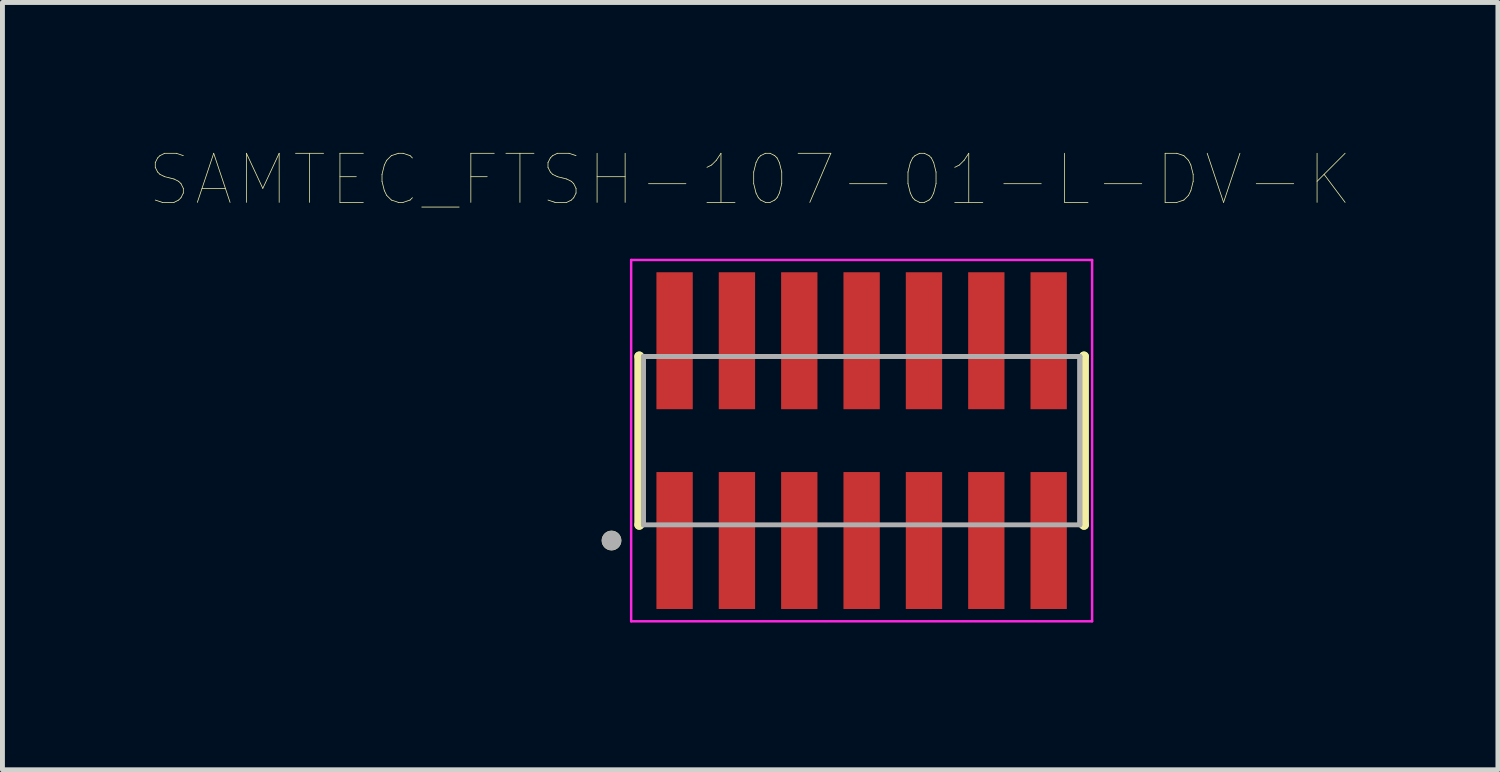
<source format=kicad_pcb>
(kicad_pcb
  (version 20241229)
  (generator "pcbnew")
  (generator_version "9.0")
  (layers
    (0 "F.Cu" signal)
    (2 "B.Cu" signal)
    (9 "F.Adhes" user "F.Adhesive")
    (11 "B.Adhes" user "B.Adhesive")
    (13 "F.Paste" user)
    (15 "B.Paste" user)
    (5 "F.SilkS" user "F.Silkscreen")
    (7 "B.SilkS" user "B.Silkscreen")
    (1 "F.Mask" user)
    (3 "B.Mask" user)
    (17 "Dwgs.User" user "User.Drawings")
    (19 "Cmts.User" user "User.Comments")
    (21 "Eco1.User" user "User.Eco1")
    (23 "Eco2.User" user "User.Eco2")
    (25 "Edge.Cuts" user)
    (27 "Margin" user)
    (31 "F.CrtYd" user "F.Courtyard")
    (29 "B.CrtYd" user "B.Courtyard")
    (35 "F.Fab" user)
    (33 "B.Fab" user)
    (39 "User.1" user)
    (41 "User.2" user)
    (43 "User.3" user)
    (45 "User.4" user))
  (footprint "SAMTEC_FTSH-107-01-L-DV-K"
    (layer "F.Cu")
    (at 14.502 5.926)
    (property "Reference" "SAMTEC_FTSH-107-01-L-DV-K" (at -2.27 -5.315 0) (layer "F.SilkS") (effects (font (size 1 1) (thickness 0.015))))
    (attr through_hole)
    (fp_line (start -4.53 -1.715) (end -4.53 -1.715) (stroke (width 0.2) (type solid)) (layer "F.SilkS"))
    (fp_line (start -4.53 1.715) (end -4.53 -1.715) (stroke (width 0.2) (type solid)) (layer "F.SilkS"))
    (fp_line (start -4.53 1.715) (end -4.53 1.715) (stroke (width 0.2) (type solid)) (layer "F.SilkS"))
    (fp_line (start 4.53 -1.715) (end 4.53 -1.715) (stroke (width 0.2) (type solid)) (layer "F.SilkS"))
    (fp_line (start 4.53 -1.715) (end 4.53 1.715) (stroke (width 0.2) (type solid)) (layer "F.SilkS"))
    (fp_line (start 4.53 1.715) (end 4.53 1.715) (stroke (width 0.2) (type solid)) (layer "F.SilkS"))
    (fp_circle (center -5.095 2.035) (end -4.995 2.035) (stroke (width 0.2) (type solid)) (fill no) (layer "F.SilkS"))
    (fp_line (start -4.695 -3.68) (end 4.695 -3.68) (stroke (width 0.05) (type solid)) (layer "F.CrtYd"))
    (fp_line (start -4.695 3.68) (end -4.695 -3.68) (stroke (width 0.05) (type solid)) (layer "F.CrtYd"))
    (fp_line (start 4.695 -3.68) (end 4.695 3.68) (stroke (width 0.05) (type solid)) (layer "F.CrtYd"))
    (fp_line (start 4.695 3.68) (end -4.695 3.68) (stroke (width 0.05) (type solid)) (layer "F.CrtYd"))
    (fp_line (start -4.445 -1.715) (end 4.445 -1.715) (stroke (width 0.1) (type solid)) (layer "F.Fab"))
    (fp_line (start -4.445 -1.715) (end 4.445 -1.715) (stroke (width 0.1) (type solid)) (layer "F.Fab"))
    (fp_line (start -4.445 1.715) (end -4.445 -1.715) (stroke (width 0.1) (type solid)) (layer "F.Fab"))
    (fp_line (start -4.445 1.715) (end -4.445 -1.715) (stroke (width 0.1) (type solid)) (layer "F.Fab"))
    (fp_line (start 4.445 -1.715) (end 4.445 1.715) (stroke (width 0.1) (type solid)) (layer "F.Fab"))
    (fp_line (start 4.445 -1.715) (end 4.445 1.715) (stroke (width 0.1) (type solid)) (layer "F.Fab"))
    (fp_line (start 4.445 1.715) (end -4.445 1.715) (stroke (width 0.1) (type solid)) (layer "F.Fab"))
    (fp_circle (center -5.095 2.035) (end -4.995 2.035) (stroke (width 0.2) (type solid)) (fill no) (layer "F.Fab"))
    (pad "01" smd rect (at -3.81 2.035) (size 0.74 2.79) (layers "F.Cu" "F.Mask" "F.Paste"))
    (pad "02" smd rect (at -3.81 -2.035) (size 0.74 2.79) (layers "F.Cu" "F.Mask" "F.Paste"))
    (pad "03" smd rect (at -2.54 2.035) (size 0.74 2.79) (layers "F.Cu" "F.Mask" "F.Paste"))
    (pad "04" smd rect (at -2.54 -2.035) (size 0.74 2.79) (layers "F.Cu" "F.Mask" "F.Paste"))
    (pad "05" smd rect (at -1.27 2.035) (size 0.74 2.79) (layers "F.Cu" "F.Mask" "F.Paste"))
    (pad "06" smd rect (at -1.27 -2.035) (size 0.74 2.79) (layers "F.Cu" "F.Mask" "F.Paste"))
    (pad "07" smd rect (at 0 2.035) (size 0.74 2.79) (layers "F.Cu" "F.Mask" "F.Paste"))
    (pad "08" smd rect (at 0 -2.035) (size 0.74 2.79) (layers "F.Cu" "F.Mask" "F.Paste"))
    (pad "09" smd rect (at 1.27 2.035) (size 0.74 2.79) (layers "F.Cu" "F.Mask" "F.Paste"))
    (pad "10" smd rect (at 1.27 -2.035) (size 0.74 2.79) (layers "F.Cu" "F.Mask" "F.Paste"))
    (pad "11" smd rect (at 2.54 2.035) (size 0.74 2.79) (layers "F.Cu" "F.Mask" "F.Paste"))
    (pad "12" smd rect (at 2.54 -2.035) (size 0.74 2.79) (layers "F.Cu" "F.Mask" "F.Paste"))
    (pad "13" smd rect (at 3.81 2.035) (size 0.74 2.79) (layers "F.Cu" "F.Mask" "F.Paste"))
    (pad "14" smd rect (at 3.81 -2.035) (size 0.74 2.79) (layers "F.Cu" "F.Mask" "F.Paste")))
  (gr_rect
    (start -3 -3)
    (end 27.464 12.631)
    (stroke (width 0.1) (type default))
    (fill no)
    (layer "Edge.Cuts")))
</source>
